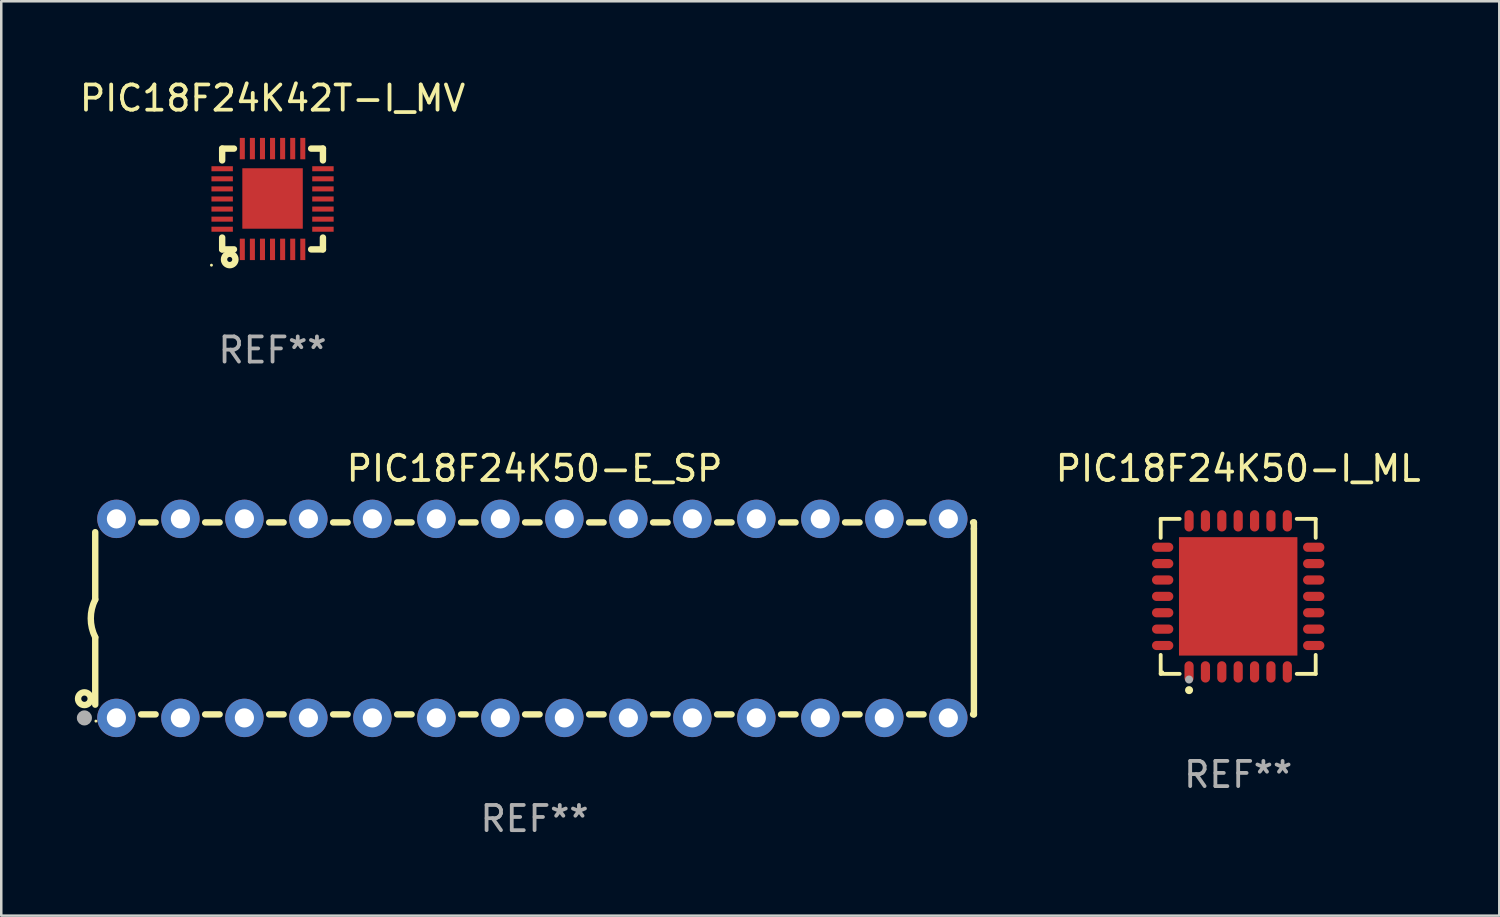
<source format=kicad_pcb>
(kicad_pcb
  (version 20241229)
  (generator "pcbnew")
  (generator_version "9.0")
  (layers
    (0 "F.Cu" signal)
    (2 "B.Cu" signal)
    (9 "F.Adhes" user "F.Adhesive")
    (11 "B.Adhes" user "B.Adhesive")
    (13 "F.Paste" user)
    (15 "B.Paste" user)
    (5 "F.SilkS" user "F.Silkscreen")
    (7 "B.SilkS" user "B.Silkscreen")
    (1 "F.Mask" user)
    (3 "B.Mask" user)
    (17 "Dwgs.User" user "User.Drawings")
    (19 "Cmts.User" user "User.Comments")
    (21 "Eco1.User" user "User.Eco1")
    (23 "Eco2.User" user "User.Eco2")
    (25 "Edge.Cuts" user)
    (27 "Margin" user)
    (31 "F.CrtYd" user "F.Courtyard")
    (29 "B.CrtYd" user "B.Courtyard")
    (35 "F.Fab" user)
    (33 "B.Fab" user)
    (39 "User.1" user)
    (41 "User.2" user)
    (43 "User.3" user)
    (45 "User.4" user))
  (footprint "PIC18F24K42T-I_MV"
    (layer "F.Cu")
    (at 7.768 4.848)
    (property "Reference" "PIC18F24K42T-I_MV" (at 0 -4 0) (layer "F.SilkS") (effects (font (size 1 1) (thickness 0.15))))
    (attr through_hole)
    (fp_line (start -2 -2) (end -1.531 -2) (stroke (width 0.254) (type solid)) (layer "F.SilkS"))
    (fp_line (start -2 -1.531) (end -2 -2) (stroke (width 0.254) (type solid)) (layer "F.SilkS"))
    (fp_line (start -2 2) (end -2 1.531) (stroke (width 0.254) (type solid)) (layer "F.SilkS"))
    (fp_line (start -1.531 2) (end -2 2) (stroke (width 0.254) (type solid)) (layer "F.SilkS"))
    (fp_line (start 1.531 -2) (end 2 -2) (stroke (width 0.254) (type solid)) (layer "F.SilkS"))
    (fp_line (start 2 -2) (end 2 -1.531) (stroke (width 0.254) (type solid)) (layer "F.SilkS"))
    (fp_line (start 2 1.531) (end 2 2) (stroke (width 0.254) (type solid)) (layer "F.SilkS"))
    (fp_line (start 2 2) (end 1.531 2) (stroke (width 0.254) (type solid)) (layer "F.SilkS"))
    (fp_circle (center -2.425 2.627) (end -2.395 2.627) (stroke (width 0.06) (type solid)) (fill no) (layer "F.SilkS"))
    (fp_circle (center -1.7 2.4) (end -1.6 2.4) (stroke (width 0.254) (type solid)) (fill no) (layer "F.SilkS"))
    (fp_text user "REF**" (at 0 6 0) (layer "F.Fab") (effects (font (size 1 1) (thickness 0.15))))
    (pad "1" smd rect (at -1.2 2 180) (size 0.2 0.85) (layers "F.Cu" "F.Mask" "F.Paste"))
    (pad "2" smd rect (at -0.8 2 180) (size 0.2 0.85) (layers "F.Cu" "F.Mask" "F.Paste"))
    (pad "3" smd rect (at -0.4 2 180) (size 0.2 0.85) (layers "F.Cu" "F.Mask" "F.Paste"))
    (pad "4" smd rect (at -0.001 2 180) (size 0.2 0.85) (layers "F.Cu" "F.Mask" "F.Paste"))
    (pad "5" smd rect (at 0.4 2 180) (size 0.2 0.85) (layers "F.Cu" "F.Mask" "F.Paste"))
    (pad "6" smd rect (at 0.8 2 180) (size 0.2 0.85) (layers "F.Cu" "F.Mask" "F.Paste"))
    (pad "7" smd rect (at 1.2 2 180) (size 0.2 0.85) (layers "F.Cu" "F.Mask" "F.Paste"))
    (pad "8" smd rect (at 2 1.2 270) (size 0.2 0.85) (layers "F.Cu" "F.Mask" "F.Paste"))
    (pad "9" smd rect (at 2 0.8 270) (size 0.2 0.85) (layers "F.Cu" "F.Mask" "F.Paste"))
    (pad "10" smd rect (at 2 0.4 270) (size 0.2 0.85) (layers "F.Cu" "F.Mask" "F.Paste"))
    (pad "11" smd rect (at 2 0 270) (size 0.2 0.85) (layers "F.Cu" "F.Mask" "F.Paste"))
    (pad "12" smd rect (at 2 -0.4 270) (size 0.2 0.85) (layers "F.Cu" "F.Mask" "F.Paste"))
    (pad "13" smd rect (at 2 -0.8 270) (size 0.2 0.85) (layers "F.Cu" "F.Mask" "F.Paste"))
    (pad "14" smd rect (at 2 -1.2 270) (size 0.2 0.85) (layers "F.Cu" "F.Mask" "F.Paste"))
    (pad "15" smd rect (at 1.2 -2) (size 0.2 0.85) (layers "F.Cu" "F.Mask" "F.Paste"))
    (pad "16" smd rect (at 0.8 -2) (size 0.2 0.85) (layers "F.Cu" "F.Mask" "F.Paste"))
    (pad "17" smd rect (at 0.4 -2) (size 0.2 0.85) (layers "F.Cu" "F.Mask" "F.Paste"))
    (pad "18" smd rect (at 0 -2) (size 0.2 0.85) (layers "F.Cu" "F.Mask" "F.Paste"))
    (pad "19" smd rect (at -0.4 -2) (size 0.2 0.85) (layers "F.Cu" "F.Mask" "F.Paste"))
    (pad "20" smd rect (at -0.8 -2) (size 0.2 0.85) (layers "F.Cu" "F.Mask" "F.Paste"))
    (pad "21" smd rect (at -1.2 -2) (size 0.2 0.85) (layers "F.Cu" "F.Mask" "F.Paste"))
    (pad "22" smd rect (at -2 -1.2 90) (size 0.2 0.85) (layers "F.Cu" "F.Mask" "F.Paste"))
    (pad "23" smd rect (at -2 -0.8 90) (size 0.2 0.85) (layers "F.Cu" "F.Mask" "F.Paste"))
    (pad "24" smd rect (at -2 -0.4 90) (size 0.2 0.85) (layers "F.Cu" "F.Mask" "F.Paste"))
    (pad "25" smd rect (at -2 0 90) (size 0.2 0.85) (layers "F.Cu" "F.Mask" "F.Paste"))
    (pad "26" smd rect (at -2 0.4 90) (size 0.2 0.85) (layers "F.Cu" "F.Mask" "F.Paste"))
    (pad "27" smd rect (at -2 0.8 90) (size 0.2 0.85) (layers "F.Cu" "F.Mask" "F.Paste"))
    (pad "28" smd rect (at -2 1.2 90) (size 0.2 0.85) (layers "F.Cu" "F.Mask" "F.Paste"))
    (pad "29" smd rect (at 0.000254 -0.02 90) (size 2.4 2.4) (layers "F.Cu" "F.Mask" "F.Paste")))
  (footprint "PIC18F24K50-I_ML"
    (layer "F.Cu")
    (at 46.096 20.621)
    (property "Reference" "PIC18F24K50-I_ML" (at 0 -5.076 0) (layer "F.SilkS") (effects (font (size 1 1) (thickness 0.15))))
    (attr through_hole)
    (fp_line (start -3.076 -3.076) (end -2.323 -3.076) (stroke (width 0.152) (type solid)) (layer "F.SilkS"))
    (fp_line (start -3.076 -2.323) (end -3.076 -3.076) (stroke (width 0.152) (type solid)) (layer "F.SilkS"))
    (fp_line (start -3.076 2.323) (end -3.076 3.076) (stroke (width 0.152) (type solid)) (layer "F.SilkS"))
    (fp_line (start -3.076 3.076) (end -2.323 3.076) (stroke (width 0.152) (type solid)) (layer "F.SilkS"))
    (fp_line (start 3.076 -3.076) (end 2.323 -3.076) (stroke (width 0.152) (type solid)) (layer "F.SilkS"))
    (fp_line (start 3.076 -2.323) (end 3.076 -3.076) (stroke (width 0.152) (type solid)) (layer "F.SilkS"))
    (fp_line (start 3.076 2.323) (end 3.076 3.076) (stroke (width 0.152) (type solid)) (layer "F.SilkS"))
    (fp_line (start 3.076 3.076) (end 2.323 3.076) (stroke (width 0.152) (type solid)) (layer "F.SilkS"))
    (fp_circle (center -3 3) (end -2.97 3) (stroke (width 0.06) (type solid)) (fill no) (layer "F.SilkS"))
    (fp_circle (center -1.95 3.722) (end -1.87 3.722) (stroke (width 0.16) (type solid)) (fill no) (layer "F.SilkS"))
    (fp_circle (center -1.95 3.3) (end -1.87 3.3) (stroke (width 0.16) (type solid)) (fill no) (layer "F.Fab"))
    (fp_text user "REF**" (at 0 7.076 0) (layer "F.Fab") (effects (font (size 1 1) (thickness 0.15))))
    (pad "1" smd oval (at -1.95 2.998) (size 0.364 0.847) (layers "F.Cu" "F.Mask" "F.Paste"))
    (pad "2" smd oval (at -1.3 2.998) (size 0.364 0.847) (layers "F.Cu" "F.Mask" "F.Paste"))
    (pad "3" smd oval (at -0.65 2.998) (size 0.364 0.847) (layers "F.Cu" "F.Mask" "F.Paste"))
    (pad "4" smd oval (at 0 2.998) (size 0.364 0.847) (layers "F.Cu" "F.Mask" "F.Paste"))
    (pad "5" smd oval (at 0.65 2.998) (size 0.364 0.847) (layers "F.Cu" "F.Mask" "F.Paste"))
    (pad "6" smd oval (at 1.3 2.998) (size 0.364 0.847) (layers "F.Cu" "F.Mask" "F.Paste"))
    (pad "7" smd oval (at 1.95 2.998) (size 0.364 0.847) (layers "F.Cu" "F.Mask" "F.Paste"))
    (pad "8" smd oval (at 2.998 1.95) (size 0.847 0.364) (layers "F.Cu" "F.Mask" "F.Paste"))
    (pad "9" smd oval (at 2.998 1.3) (size 0.847 0.364) (layers "F.Cu" "F.Mask" "F.Paste"))
    (pad "10" smd oval (at 2.998 0.65) (size 0.847 0.364) (layers "F.Cu" "F.Mask" "F.Paste"))
    (pad "11" smd oval (at 2.998 0) (size 0.847 0.364) (layers "F.Cu" "F.Mask" "F.Paste"))
    (pad "12" smd oval (at 2.998 -0.65) (size 0.847 0.364) (layers "F.Cu" "F.Mask" "F.Paste"))
    (pad "13" smd oval (at 2.998 -1.3) (size 0.847 0.364) (layers "F.Cu" "F.Mask" "F.Paste"))
    (pad "14" smd oval (at 2.998 -1.95) (size 0.847 0.364) (layers "F.Cu" "F.Mask" "F.Paste"))
    (pad "15" smd oval (at 1.95 -2.998) (size 0.364 0.847) (layers "F.Cu" "F.Mask" "F.Paste"))
    (pad "16" smd oval (at 1.3 -2.998) (size 0.364 0.847) (layers "F.Cu" "F.Mask" "F.Paste"))
    (pad "17" smd oval (at 0.65 -2.998) (size 0.364 0.847) (layers "F.Cu" "F.Mask" "F.Paste"))
    (pad "18" smd oval (at 0 -2.998) (size 0.364 0.847) (layers "F.Cu" "F.Mask" "F.Paste"))
    (pad "19" smd oval (at -0.65 -2.998) (size 0.364 0.847) (layers "F.Cu" "F.Mask" "F.Paste"))
    (pad "20" smd oval (at -1.3 -2.998) (size 0.364 0.847) (layers "F.Cu" "F.Mask" "F.Paste"))
    (pad "21" smd oval (at -1.95 -2.998) (size 0.364 0.847) (layers "F.Cu" "F.Mask" "F.Paste"))
    (pad "22" smd oval (at -2.998 -1.95) (size 0.847 0.364) (layers "F.Cu" "F.Mask" "F.Paste"))
    (pad "23" smd oval (at -2.998 -1.3) (size 0.847 0.364) (layers "F.Cu" "F.Mask" "F.Paste"))
    (pad "24" smd oval (at -2.998 -0.65) (size 0.847 0.364) (layers "F.Cu" "F.Mask" "F.Paste"))
    (pad "25" smd oval (at -2.998 0) (size 0.847 0.364) (layers "F.Cu" "F.Mask" "F.Paste"))
    (pad "26" smd oval (at -2.998 0.65) (size 0.847 0.364) (layers "F.Cu" "F.Mask" "F.Paste"))
    (pad "27" smd oval (at -2.998 1.3) (size 0.847 0.364) (layers "F.Cu" "F.Mask" "F.Paste"))
    (pad "28" smd oval (at -2.998 1.95) (size 0.847 0.364) (layers "F.Cu" "F.Mask" "F.Paste"))
    (pad "29" smd rect (at 0 0) (size 4.7 4.7) (layers "F.Cu" "F.Mask" "F.Paste")))
  (footprint "PIC18F24K50-E_SP"
    (layer "F.Cu")
    (at 18.168 21.495)
    (property "Reference" "PIC18F24K50-E_SP" (at 0 -5.95 0) (layer "F.SilkS") (effects (font (size 1 1) (thickness 0.15))))
    (attr through_hole)
    (fp_line (start -17.438 0.75) (end -17.438 3.423) (stroke (width 0.254) (type solid)) (layer "F.SilkS"))
    (fp_line (start -17.438 -3.423) (end -17.438 -0.75) (stroke (width 0.254) (type solid)) (layer "F.SilkS"))
    (fp_line (start -15.615 3.81) (end -15.041 3.81) (stroke (width 0.254) (type solid)) (layer "F.SilkS"))
    (fp_line (start -15.041 -3.81) (end -15.614 -3.81) (stroke (width 0.254) (type solid)) (layer "F.SilkS"))
    (fp_line (start -13.075 3.81) (end -12.501 3.81) (stroke (width 0.254) (type solid)) (layer "F.SilkS"))
    (fp_line (start -12.501 -3.81) (end -13.074 -3.81) (stroke (width 0.254) (type solid)) (layer "F.SilkS"))
    (fp_line (start -10.535 3.81) (end -9.961 3.81) (stroke (width 0.254) (type solid)) (layer "F.SilkS"))
    (fp_line (start -9.961 -3.81) (end -10.534 -3.81) (stroke (width 0.254) (type solid)) (layer "F.SilkS"))
    (fp_line (start -7.995 3.81) (end -7.421 3.81) (stroke (width 0.254) (type solid)) (layer "F.SilkS"))
    (fp_line (start -7.421 -3.81) (end -7.995 -3.81) (stroke (width 0.254) (type solid)) (layer "F.SilkS"))
    (fp_line (start -5.455 3.81) (end -4.881 3.81) (stroke (width 0.254) (type solid)) (layer "F.SilkS"))
    (fp_line (start -4.881 -3.81) (end -5.455 -3.81) (stroke (width 0.254) (type solid)) (layer "F.SilkS"))
    (fp_line (start -2.915 3.81) (end -2.341 3.81) (stroke (width 0.254) (type solid)) (layer "F.SilkS"))
    (fp_line (start -2.341 -3.81) (end -2.915 -3.81) (stroke (width 0.254) (type solid)) (layer "F.SilkS"))
    (fp_line (start -0.375 3.81) (end 0.199 3.81) (stroke (width 0.254) (type solid)) (layer "F.SilkS"))
    (fp_line (start 0.199 -3.81) (end -0.375 -3.81) (stroke (width 0.254) (type solid)) (layer "F.SilkS"))
    (fp_line (start 2.165 3.81) (end 2.739 3.81) (stroke (width 0.254) (type solid)) (layer "F.SilkS"))
    (fp_line (start 2.739 -3.81) (end 2.165 -3.81) (stroke (width 0.254) (type solid)) (layer "F.SilkS"))
    (fp_line (start 4.705 3.81) (end 5.279 3.81) (stroke (width 0.254) (type solid)) (layer "F.SilkS"))
    (fp_line (start 5.279 -3.81) (end 4.705 -3.81) (stroke (width 0.254) (type solid)) (layer "F.SilkS"))
    (fp_line (start 7.245 3.81) (end 7.819 3.81) (stroke (width 0.254) (type solid)) (layer "F.SilkS"))
    (fp_line (start 7.819 -3.81) (end 7.245 -3.81) (stroke (width 0.254) (type solid)) (layer "F.SilkS"))
    (fp_line (start 9.785 3.81) (end 10.359 3.81) (stroke (width 0.254) (type solid)) (layer "F.SilkS"))
    (fp_line (start 10.359 -3.81) (end 9.785 -3.81) (stroke (width 0.254) (type solid)) (layer "F.SilkS"))
    (fp_line (start 12.325 3.81) (end 12.899 3.81) (stroke (width 0.254) (type solid)) (layer "F.SilkS"))
    (fp_line (start 12.899 -3.81) (end 12.325 -3.81) (stroke (width 0.254) (type solid)) (layer "F.SilkS"))
    (fp_line (start 14.865 3.81) (end 15.439 3.81) (stroke (width 0.254) (type solid)) (layer "F.SilkS"))
    (fp_line (start 15.439 -3.81) (end 14.865 -3.81) (stroke (width 0.254) (type solid)) (layer "F.SilkS"))
    (fp_line (start 17.405 3.81) (end 17.438 3.81) (stroke (width 0.254) (type solid)) (layer "F.SilkS"))
    (fp_line (start 17.438 -3.81) (end 17.405 -3.81) (stroke (width 0.254) (type solid)) (layer "F.SilkS"))
    (fp_line (start 17.438 -3.556) (end 17.438 -3.81) (stroke (width 0.254) (type solid)) (layer "F.SilkS"))
    (fp_line (start 17.438 3.81) (end 17.438 -3.556) (stroke (width 0.254) (type solid)) (layer "F.SilkS"))
    (fp_arc (start -17.437986 0.749657) (mid -17.614887 -0.000024) (end -17.437783 -0.749657) (stroke (width 0.254001) (type solid)) (layer "F.SilkS"))
    (fp_circle (center -17.868 3.188) (end -17.743 3.188) (stroke (width 0.254) (type solid)) (fill no) (layer "F.SilkS"))
    (fp_circle (center -17.411 4.077) (end -17.381 4.077) (stroke (width 0.06) (type solid)) (fill no) (layer "F.SilkS"))
    (fp_circle (center -17.868 3.95) (end -17.718 3.95) (stroke (width 0.3) (type solid)) (fill no) (layer "F.Fab"))
    (fp_text user "REF**" (at 0 7.95 0) (layer "F.Fab") (effects (font (size 1 1) (thickness 0.15))))
    (pad "1" thru_hole circle (at -16.598 3.95) (size 1.524 1.524) (drill 0.762) (layers "*.Cu" "*.Mask"))
    (pad "2" thru_hole circle (at -14.058 3.95) (size 1.524 1.524) (drill 0.762) (layers "*.Cu" "*.Mask"))
    (pad "3" thru_hole circle (at -11.518 3.95) (size 1.524 1.524) (drill 0.762) (layers "*.Cu" "*.Mask"))
    (pad "4" thru_hole circle (at -8.978 3.95) (size 1.524 1.524) (drill 0.762) (layers "*.Cu" "*.Mask"))
    (pad "5" thru_hole circle (at -6.438 3.95) (size 1.524 1.524) (drill 0.762) (layers "*.Cu" "*.Mask"))
    (pad "6" thru_hole circle (at -3.898 3.95) (size 1.524 1.524) (drill 0.762) (layers "*.Cu" "*.Mask"))
    (pad "7" thru_hole circle (at -1.358 3.95) (size 1.524 1.524) (drill 0.762) (layers "*.Cu" "*.Mask"))
    (pad "8" thru_hole circle (at 1.182 3.95) (size 1.524 1.524) (drill 0.762) (layers "*.Cu" "*.Mask"))
    (pad "9" thru_hole circle (at 3.722 3.95) (size 1.524 1.524) (drill 0.762) (layers "*.Cu" "*.Mask"))
    (pad "10" thru_hole circle (at 6.262 3.95) (size 1.524 1.524) (drill 0.762) (layers "*.Cu" "*.Mask"))
    (pad "11" thru_hole circle (at 8.802 3.95) (size 1.524 1.524) (drill 0.762) (layers "*.Cu" "*.Mask"))
    (pad "12" thru_hole circle (at 11.342 3.95) (size 1.524 1.524) (drill 0.762) (layers "*.Cu" "*.Mask"))
    (pad "13" thru_hole circle (at 13.882 3.95) (size 1.524 1.524) (drill 0.762) (layers "*.Cu" "*.Mask"))
    (pad "14" thru_hole circle (at 16.422 3.95) (size 1.524 1.524) (drill 0.762) (layers "*.Cu" "*.Mask"))
    (pad "15" thru_hole circle (at 16.422 -3.95) (size 1.524 1.524) (drill 0.762) (layers "*.Cu" "*.Mask"))
    (pad "16" thru_hole circle (at 13.882 -3.95) (size 1.524 1.524) (drill 0.762) (layers "*.Cu" "*.Mask"))
    (pad "17" thru_hole circle (at 11.342 -3.95) (size 1.524 1.524) (drill 0.762) (layers "*.Cu" "*.Mask"))
    (pad "18" thru_hole circle (at 8.802 -3.95) (size 1.524 1.524) (drill 0.762) (layers "*.Cu" "*.Mask"))
    (pad "19" thru_hole circle (at 6.262 -3.95) (size 1.524 1.524) (drill 0.762) (layers "*.Cu" "*.Mask"))
    (pad "20" thru_hole circle (at 3.722 -3.95) (size 1.524 1.524) (drill 0.762) (layers "*.Cu" "*.Mask"))
    (pad "21" thru_hole circle (at 1.182 -3.95) (size 1.524 1.524) (drill 0.762) (layers "*.Cu" "*.Mask"))
    (pad "22" thru_hole circle (at -1.358 -3.95) (size 1.524 1.524) (drill 0.762) (layers "*.Cu" "*.Mask"))
    (pad "23" thru_hole circle (at -3.898 -3.95) (size 1.524 1.524) (drill 0.762) (layers "*.Cu" "*.Mask"))
    (pad "24" thru_hole circle (at -6.438 -3.95) (size 1.524 1.524) (drill 0.762) (layers "*.Cu" "*.Mask"))
    (pad "25" thru_hole circle (at -8.978 -3.95) (size 1.524 1.524) (drill 0.762) (layers "*.Cu" "*.Mask"))
    (pad "26" thru_hole circle (at -11.517 -3.95) (size 1.524 1.524) (drill 0.762) (layers "*.Cu" "*.Mask"))
    (pad "27" thru_hole circle (at -14.057 -3.95) (size 1.524 1.524) (drill 0.762) (layers "*.Cu" "*.Mask"))
    (pad "28" thru_hole circle (at -16.597 -3.95) (size 1.524 1.524) (drill 0.762) (layers "*.Cu" "*.Mask")))
  (gr_rect
    (start -3 -3)
    (end 56.459 33.293)
    (stroke (width 0.1) (type default))
    (fill no)
    (layer "Edge.Cuts")))
</source>
